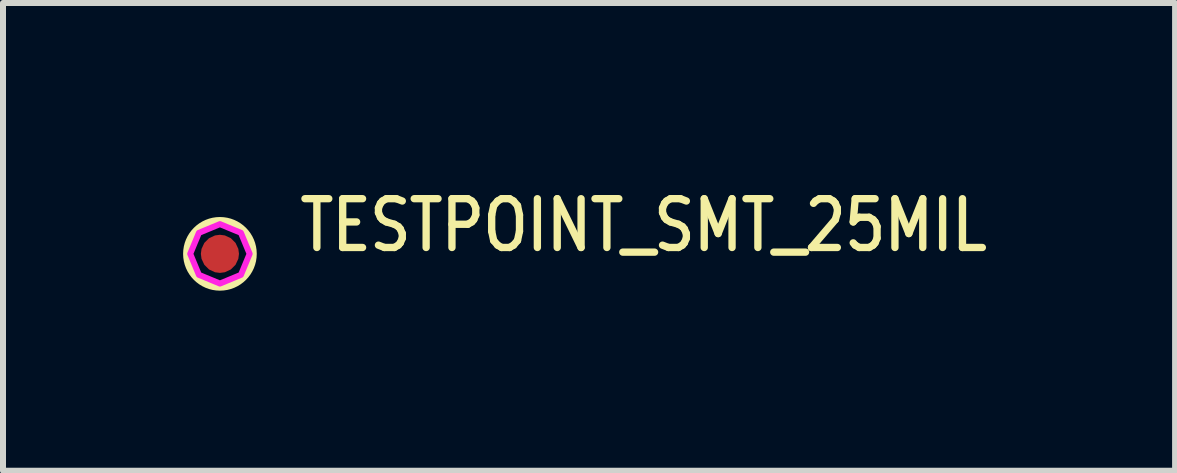
<source format=kicad_pcb>
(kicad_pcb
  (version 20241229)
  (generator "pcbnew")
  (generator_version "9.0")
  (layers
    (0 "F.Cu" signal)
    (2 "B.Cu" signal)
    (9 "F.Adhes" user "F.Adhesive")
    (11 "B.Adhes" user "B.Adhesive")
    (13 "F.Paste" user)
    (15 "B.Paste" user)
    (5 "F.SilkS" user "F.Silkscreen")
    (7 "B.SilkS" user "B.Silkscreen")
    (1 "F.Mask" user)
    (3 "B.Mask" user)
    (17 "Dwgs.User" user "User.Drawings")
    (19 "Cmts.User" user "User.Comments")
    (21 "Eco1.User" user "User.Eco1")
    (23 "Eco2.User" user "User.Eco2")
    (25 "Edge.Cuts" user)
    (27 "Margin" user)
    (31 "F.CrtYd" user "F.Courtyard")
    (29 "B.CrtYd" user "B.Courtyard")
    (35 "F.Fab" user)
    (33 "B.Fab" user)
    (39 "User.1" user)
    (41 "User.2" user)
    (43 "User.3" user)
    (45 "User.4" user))
  (footprint "TESTPOINT_SMT_25MIL"
    (layer "F.Cu")
    (at 0.614 1.179)
    (property "Reference" "TESTPOINT_SMT_25MIL" (at 1.27 0 0) (unlocked yes) (layer "F.SilkS") (effects (font (size 0.813 0.695) (thickness 0.122)) (justify left bottom)))
    (fp_circle (center 0 0) (end 0.55 0) (stroke (width 0.127) (type solid)) (fill no) (layer "F.SilkS"))
    (fp_poly (pts (xy 0.495 0) (xy 0.35 -0.35) (xy 0 -0.495) (xy -0.35 -0.35) (xy -0.495 0) (xy -0.35 0.35) (xy 0 0.495) (xy 0.35 0.35)) (stroke (width 0.1) (type solid)) (fill no) (layer "F.CrtYd"))
    (pad "P$1" smd roundrect (at 0 0) (size 0.635 0.635) (layers "F.Cu" "F.Mask") (roundrect_rratio 0.5)))
  (gr_rect
    (start -3 -3)
    (end 16.527 4.792)
    (stroke (width 0.1) (type default))
    (fill no)
    (layer "Edge.Cuts")))
</source>
